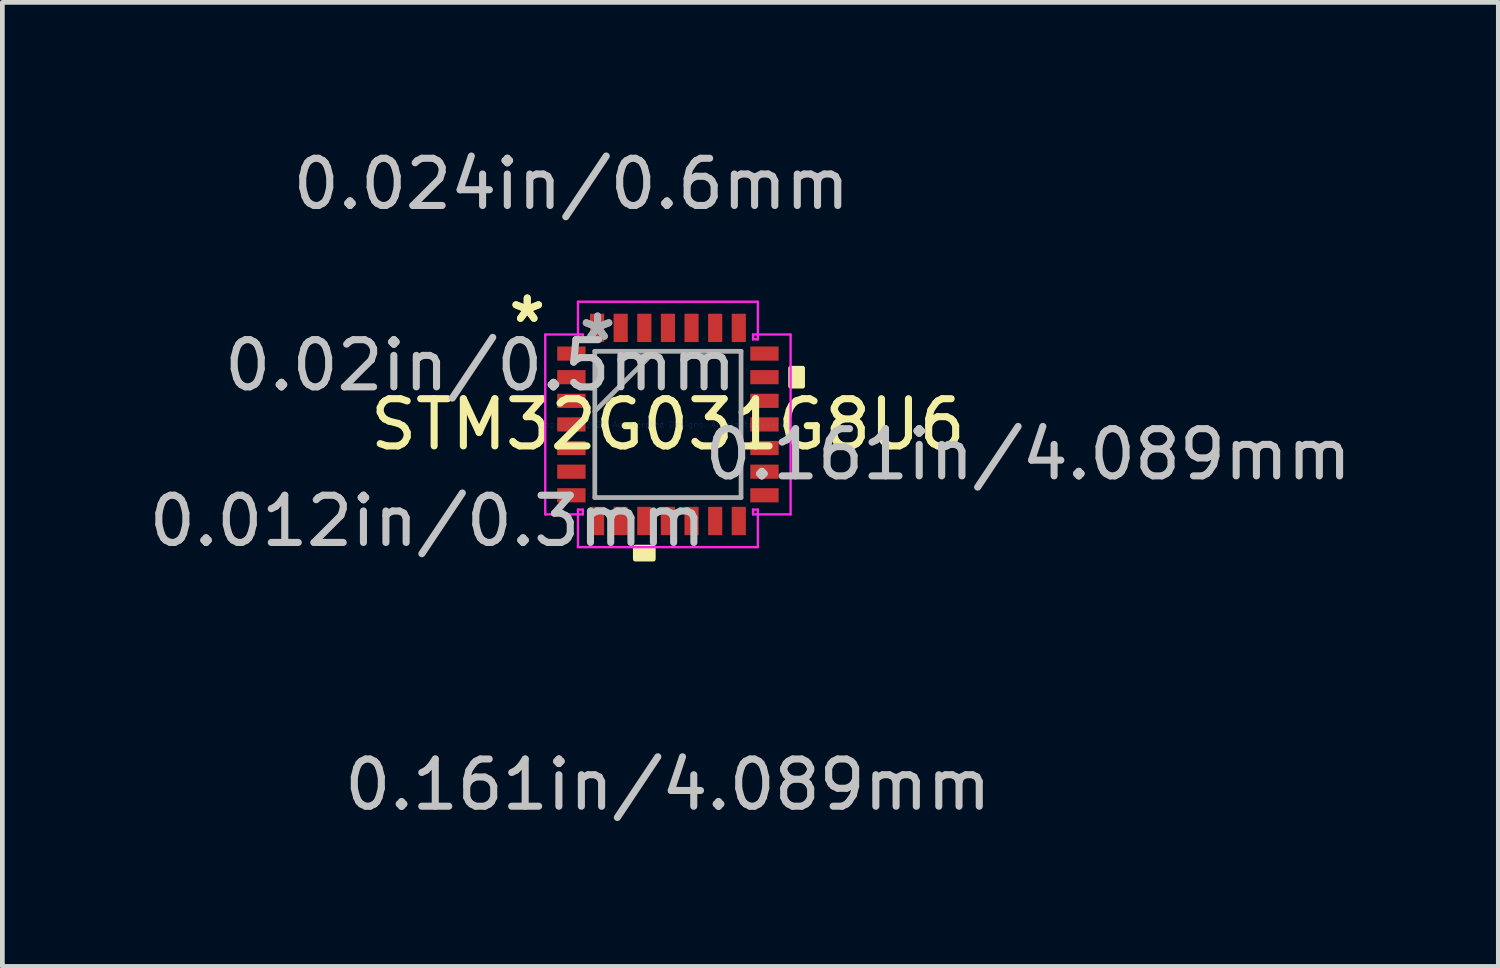
<source format=kicad_pcb>
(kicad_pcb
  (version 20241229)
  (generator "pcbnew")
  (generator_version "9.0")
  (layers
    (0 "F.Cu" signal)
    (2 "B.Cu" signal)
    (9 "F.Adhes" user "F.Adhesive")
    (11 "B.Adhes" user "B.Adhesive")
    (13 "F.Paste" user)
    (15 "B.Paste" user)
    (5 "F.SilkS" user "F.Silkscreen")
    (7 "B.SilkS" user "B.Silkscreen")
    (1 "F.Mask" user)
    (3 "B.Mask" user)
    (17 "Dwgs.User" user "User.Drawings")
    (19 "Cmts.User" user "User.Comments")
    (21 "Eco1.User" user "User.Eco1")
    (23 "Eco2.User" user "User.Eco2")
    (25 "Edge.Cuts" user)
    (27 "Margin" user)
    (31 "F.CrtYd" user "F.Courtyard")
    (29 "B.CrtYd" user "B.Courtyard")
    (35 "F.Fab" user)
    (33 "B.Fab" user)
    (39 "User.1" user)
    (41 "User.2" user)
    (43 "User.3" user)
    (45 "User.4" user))
  (footprint "STM32G031G8U6"
    (layer "F.Cu")
    (at 11.099 5.941)
    (property "Reference" "STM32G031G8U6" (at 0 0 0) (layer "F.SilkS") (effects (font (size 1 1) (thickness 0.15))))
    (attr through_hole)
    (fp_poly (pts (xy -2.345 -1.651) (xy -2.345 -1.351) (xy -1.745 -1.351) (xy -1.745 -1.651)) (stroke (width 0.1) (type solid)) (fill yes) (layer "F.Mask"))
    (fp_poly (pts (xy -2.345 -1.151) (xy -2.345 -0.851) (xy -1.745 -0.851) (xy -1.745 -1.151)) (stroke (width 0.1) (type solid)) (fill yes) (layer "F.Mask"))
    (fp_poly (pts (xy -2.345 -0.65) (xy -2.345 -0.35) (xy -1.745 -0.35) (xy -1.745 -0.65)) (stroke (width 0.1) (type solid)) (fill yes) (layer "F.Mask"))
    (fp_poly (pts (xy -2.345 -0.15) (xy -2.345 0.15) (xy -1.745 0.15) (xy -1.745 -0.15)) (stroke (width 0.1) (type solid)) (fill yes) (layer "F.Mask"))
    (fp_poly (pts (xy -2.345 0.35) (xy -2.345 0.65) (xy -1.745 0.65) (xy -1.745 0.35)) (stroke (width 0.1) (type solid)) (fill yes) (layer "F.Mask"))
    (fp_poly (pts (xy -2.345 0.851) (xy -2.345 1.151) (xy -1.745 1.151) (xy -1.745 0.851)) (stroke (width 0.1) (type solid)) (fill yes) (layer "F.Mask"))
    (fp_poly (pts (xy -2.345 1.351) (xy -2.345 1.651) (xy -1.745 1.651) (xy -1.745 1.351)) (stroke (width 0.1) (type solid)) (fill yes) (layer "F.Mask"))
    (fp_poly (pts (xy -1.651 -2.345) (xy -1.651 -1.745) (xy -1.351 -1.745) (xy -1.351 -2.345)) (stroke (width 0.1) (type solid)) (fill yes) (layer "F.Mask"))
    (fp_poly (pts (xy -1.651 1.745) (xy -1.651 2.345) (xy -1.351 2.345) (xy -1.351 1.745)) (stroke (width 0.1) (type solid)) (fill yes) (layer "F.Mask"))
    (fp_poly (pts (xy -1.151 -2.345) (xy -1.151 -1.745) (xy -0.851 -1.745) (xy -0.851 -2.345)) (stroke (width 0.1) (type solid)) (fill yes) (layer "F.Mask"))
    (fp_poly (pts (xy -1.151 1.745) (xy -1.151 2.345) (xy -0.851 2.345) (xy -0.851 1.745)) (stroke (width 0.1) (type solid)) (fill yes) (layer "F.Mask"))
    (fp_poly (pts (xy -0.65 -2.345) (xy -0.65 -1.745) (xy -0.35 -1.745) (xy -0.35 -2.345)) (stroke (width 0.1) (type solid)) (fill yes) (layer "F.Mask"))
    (fp_poly (pts (xy -0.65 1.745) (xy -0.65 2.345) (xy -0.35 2.345) (xy -0.35 1.745)) (stroke (width 0.1) (type solid)) (fill yes) (layer "F.Mask"))
    (fp_poly (pts (xy -0.15 -2.345) (xy -0.15 -1.745) (xy 0.15 -1.745) (xy 0.15 -2.345)) (stroke (width 0.1) (type solid)) (fill yes) (layer "F.Mask"))
    (fp_poly (pts (xy -0.15 1.745) (xy -0.15 2.345) (xy 0.15 2.345) (xy 0.15 1.745)) (stroke (width 0.1) (type solid)) (fill yes) (layer "F.Mask"))
    (fp_poly (pts (xy 0.35 -2.345) (xy 0.35 -1.745) (xy 0.65 -1.745) (xy 0.65 -2.345)) (stroke (width 0.1) (type solid)) (fill yes) (layer "F.Mask"))
    (fp_poly (pts (xy 0.35 1.745) (xy 0.35 2.345) (xy 0.65 2.345) (xy 0.65 1.745)) (stroke (width 0.1) (type solid)) (fill yes) (layer "F.Mask"))
    (fp_poly (pts (xy 0.851 -2.345) (xy 0.851 -1.745) (xy 1.151 -1.745) (xy 1.151 -2.345)) (stroke (width 0.1) (type solid)) (fill yes) (layer "F.Mask"))
    (fp_poly (pts (xy 0.851 1.745) (xy 0.851 2.345) (xy 1.151 2.345) (xy 1.151 1.745)) (stroke (width 0.1) (type solid)) (fill yes) (layer "F.Mask"))
    (fp_poly (pts (xy 1.351 -2.345) (xy 1.351 -1.745) (xy 1.651 -1.745) (xy 1.651 -2.345)) (stroke (width 0.1) (type solid)) (fill yes) (layer "F.Mask"))
    (fp_poly (pts (xy 1.351 1.745) (xy 1.351 2.345) (xy 1.651 2.345) (xy 1.651 1.745)) (stroke (width 0.1) (type solid)) (fill yes) (layer "F.Mask"))
    (fp_poly (pts (xy 1.745 -1.651) (xy 1.745 -1.351) (xy 2.345 -1.351) (xy 2.345 -1.651)) (stroke (width 0.1) (type solid)) (fill yes) (layer "F.Mask"))
    (fp_poly (pts (xy 1.745 -1.151) (xy 1.745 -0.851) (xy 2.345 -0.851) (xy 2.345 -1.151)) (stroke (width 0.1) (type solid)) (fill yes) (layer "F.Mask"))
    (fp_poly (pts (xy 1.745 -0.65) (xy 1.745 -0.35) (xy 2.345 -0.35) (xy 2.345 -0.65)) (stroke (width 0.1) (type solid)) (fill yes) (layer "F.Mask"))
    (fp_poly (pts (xy 1.745 -0.15) (xy 1.745 0.15) (xy 2.345 0.15) (xy 2.345 -0.15)) (stroke (width 0.1) (type solid)) (fill yes) (layer "F.Mask"))
    (fp_poly (pts (xy 1.745 0.35) (xy 1.745 0.65) (xy 2.345 0.65) (xy 2.345 0.35)) (stroke (width 0.1) (type solid)) (fill yes) (layer "F.Mask"))
    (fp_poly (pts (xy 1.745 0.851) (xy 1.745 1.151) (xy 2.345 1.151) (xy 2.345 0.851)) (stroke (width 0.1) (type solid)) (fill yes) (layer "F.Mask"))
    (fp_poly (pts (xy 1.745 1.351) (xy 1.745 1.651) (xy 2.345 1.651) (xy 2.345 1.351)) (stroke (width 0.1) (type solid)) (fill yes) (layer "F.Mask"))
    (fp_poly (pts (xy -0.691 2.599) (xy -0.691 2.853) (xy -0.31 2.853) (xy -0.31 2.599)) (stroke (width 0.1) (type solid)) (fill yes) (layer "F.SilkS"))
    (fp_poly (pts (xy 2.853 -1.191) (xy 2.853 -0.81) (xy 2.599 -0.81) (xy 2.599 -1.191)) (stroke (width 0.1) (type solid)) (fill yes) (layer "F.SilkS"))
    (fp_poly (pts (xy -2.345 -1.651) (xy -2.345 -1.351) (xy -1.745 -1.351) (xy -1.745 -1.651)) (stroke (width 0.1) (type solid)) (fill yes) (layer "F.Paste"))
    (fp_poly (pts (xy -2.345 -1.151) (xy -2.345 -0.851) (xy -1.745 -0.851) (xy -1.745 -1.151)) (stroke (width 0.1) (type solid)) (fill yes) (layer "F.Paste"))
    (fp_poly (pts (xy -2.345 -0.65) (xy -2.345 -0.35) (xy -1.745 -0.35) (xy -1.745 -0.65)) (stroke (width 0.1) (type solid)) (fill yes) (layer "F.Paste"))
    (fp_poly (pts (xy -2.345 -0.15) (xy -2.345 0.15) (xy -1.745 0.15) (xy -1.745 -0.15)) (stroke (width 0.1) (type solid)) (fill yes) (layer "F.Paste"))
    (fp_poly (pts (xy -2.345 0.35) (xy -2.345 0.65) (xy -1.745 0.65) (xy -1.745 0.35)) (stroke (width 0.1) (type solid)) (fill yes) (layer "F.Paste"))
    (fp_poly (pts (xy -2.345 0.851) (xy -2.345 1.151) (xy -1.745 1.151) (xy -1.745 0.851)) (stroke (width 0.1) (type solid)) (fill yes) (layer "F.Paste"))
    (fp_poly (pts (xy -2.345 1.351) (xy -2.345 1.651) (xy -1.745 1.651) (xy -1.745 1.351)) (stroke (width 0.1) (type solid)) (fill yes) (layer "F.Paste"))
    (fp_poly (pts (xy -1.651 -2.345) (xy -1.651 -1.745) (xy -1.351 -1.745) (xy -1.351 -2.345)) (stroke (width 0.1) (type solid)) (fill yes) (layer "F.Paste"))
    (fp_poly (pts (xy -1.651 1.745) (xy -1.651 2.345) (xy -1.351 2.345) (xy -1.351 1.745)) (stroke (width 0.1) (type solid)) (fill yes) (layer "F.Paste"))
    (fp_poly (pts (xy -1.625 -1.625) (xy -1.625 -0.1) (xy -0.1 -0.1) (xy -0.1 -1.625)) (stroke (width 0.1) (type solid)) (fill yes) (layer "F.Paste"))
    (fp_poly (pts (xy -1.625 -1.625) (xy -1.625 -0.1) (xy -0.1 -0.1) (xy -0.1 -1.625)) (stroke (width 0.1) (type solid)) (fill yes) (layer "F.Paste"))
    (fp_poly (pts (xy -1.625 0.1) (xy -1.625 1.625) (xy -0.1 1.625) (xy -0.1 0.1)) (stroke (width 0.1) (type solid)) (fill yes) (layer "F.Paste"))
    (fp_poly (pts (xy -1.625 0.1) (xy -1.625 1.625) (xy -0.1 1.625) (xy -0.1 0.1)) (stroke (width 0.1) (type solid)) (fill yes) (layer "F.Paste"))
    (fp_poly (pts (xy -1.151 -2.345) (xy -1.151 -1.745) (xy -0.851 -1.745) (xy -0.851 -2.345)) (stroke (width 0.1) (type solid)) (fill yes) (layer "F.Paste"))
    (fp_poly (pts (xy -1.151 1.745) (xy -1.151 2.345) (xy -0.851 2.345) (xy -0.851 1.745)) (stroke (width 0.1) (type solid)) (fill yes) (layer "F.Paste"))
    (fp_poly (pts (xy -0.65 -2.345) (xy -0.65 -1.745) (xy -0.35 -1.745) (xy -0.35 -2.345)) (stroke (width 0.1) (type solid)) (fill yes) (layer "F.Paste"))
    (fp_poly (pts (xy -0.65 1.745) (xy -0.65 2.345) (xy -0.35 2.345) (xy -0.35 1.745)) (stroke (width 0.1) (type solid)) (fill yes) (layer "F.Paste"))
    (fp_poly (pts (xy -0.15 -2.345) (xy -0.15 -1.745) (xy 0.15 -1.745) (xy 0.15 -2.345)) (stroke (width 0.1) (type solid)) (fill yes) (layer "F.Paste"))
    (fp_poly (pts (xy -0.15 1.745) (xy -0.15 2.345) (xy 0.15 2.345) (xy 0.15 1.745)) (stroke (width 0.1) (type solid)) (fill yes) (layer "F.Paste"))
    (fp_poly (pts (xy 0.1 -1.625) (xy 0.1 -0.1) (xy 1.625 -0.1) (xy 1.625 -1.625)) (stroke (width 0.1) (type solid)) (fill yes) (layer "F.Paste"))
    (fp_poly (pts (xy 0.1 -1.625) (xy 0.1 -0.1) (xy 1.625 -0.1) (xy 1.625 -1.625)) (stroke (width 0.1) (type solid)) (fill yes) (layer "F.Paste"))
    (fp_poly (pts (xy 0.1 0.1) (xy 0.1 1.625) (xy 1.625 1.625) (xy 1.625 0.1)) (stroke (width 0.1) (type solid)) (fill yes) (layer "F.Paste"))
    (fp_poly (pts (xy 0.1 0.1) (xy 0.1 1.625) (xy 1.625 1.625) (xy 1.625 0.1)) (stroke (width 0.1) (type solid)) (fill yes) (layer "F.Paste"))
    (fp_poly (pts (xy 0.35 -2.345) (xy 0.35 -1.745) (xy 0.65 -1.745) (xy 0.65 -2.345)) (stroke (width 0.1) (type solid)) (fill yes) (layer "F.Paste"))
    (fp_poly (pts (xy 0.35 1.745) (xy 0.35 2.345) (xy 0.65 2.345) (xy 0.65 1.745)) (stroke (width 0.1) (type solid)) (fill yes) (layer "F.Paste"))
    (fp_poly (pts (xy 0.851 -2.345) (xy 0.851 -1.745) (xy 1.151 -1.745) (xy 1.151 -2.345)) (stroke (width 0.1) (type solid)) (fill yes) (layer "F.Paste"))
    (fp_poly (pts (xy 0.851 1.745) (xy 0.851 2.345) (xy 1.151 2.345) (xy 1.151 1.745)) (stroke (width 0.1) (type solid)) (fill yes) (layer "F.Paste"))
    (fp_poly (pts (xy 1.351 -2.345) (xy 1.351 -1.745) (xy 1.651 -1.745) (xy 1.651 -2.345)) (stroke (width 0.1) (type solid)) (fill yes) (layer "F.Paste"))
    (fp_poly (pts (xy 1.351 1.745) (xy 1.351 2.345) (xy 1.651 2.345) (xy 1.651 1.745)) (stroke (width 0.1) (type solid)) (fill yes) (layer "F.Paste"))
    (fp_poly (pts (xy 1.745 -1.651) (xy 1.745 -1.351) (xy 2.345 -1.351) (xy 2.345 -1.651)) (stroke (width 0.1) (type solid)) (fill yes) (layer "F.Paste"))
    (fp_poly (pts (xy 1.745 -1.151) (xy 1.745 -0.851) (xy 2.345 -0.851) (xy 2.345 -1.151)) (stroke (width 0.1) (type solid)) (fill yes) (layer "F.Paste"))
    (fp_poly (pts (xy 1.745 -0.65) (xy 1.745 -0.35) (xy 2.345 -0.35) (xy 2.345 -0.65)) (stroke (width 0.1) (type solid)) (fill yes) (layer "F.Paste"))
    (fp_poly (pts (xy 1.745 -0.15) (xy 1.745 0.15) (xy 2.345 0.15) (xy 2.345 -0.15)) (stroke (width 0.1) (type solid)) (fill yes) (layer "F.Paste"))
    (fp_poly (pts (xy 1.745 0.35) (xy 1.745 0.65) (xy 2.345 0.65) (xy 2.345 0.35)) (stroke (width 0.1) (type solid)) (fill yes) (layer "F.Paste"))
    (fp_poly (pts (xy 1.745 0.851) (xy 1.745 1.151) (xy 2.345 1.151) (xy 2.345 0.851)) (stroke (width 0.1) (type solid)) (fill yes) (layer "F.Paste"))
    (fp_poly (pts (xy 1.745 1.351) (xy 1.745 1.651) (xy 2.345 1.651) (xy 2.345 1.351)) (stroke (width 0.1) (type solid)) (fill yes) (layer "F.Paste"))
    (fp_line (start -2.599 -1.905) (end -1.803 -1.905) (stroke (width 0.05) (type solid)) (layer "F.CrtYd"))
    (fp_line (start -2.599 1.905) (end -2.599 -1.905) (stroke (width 0.05) (type solid)) (layer "F.CrtYd"))
    (fp_line (start -1.905 -2.599) (end 1.905 -2.599) (stroke (width 0.05) (type solid)) (layer "F.CrtYd"))
    (fp_line (start -1.905 -1.803) (end -1.905 -2.599) (stroke (width 0.05) (type solid)) (layer "F.CrtYd"))
    (fp_line (start -1.905 1.803) (end -1.803 1.803) (stroke (width 0.05) (type solid)) (layer "F.CrtYd"))
    (fp_line (start -1.905 2.599) (end -1.905 1.803) (stroke (width 0.05) (type solid)) (layer "F.CrtYd"))
    (fp_line (start -1.803 -1.905) (end -1.803 -1.803) (stroke (width 0.05) (type solid)) (layer "F.CrtYd"))
    (fp_line (start -1.803 -1.803) (end -1.905 -1.803) (stroke (width 0.05) (type solid)) (layer "F.CrtYd"))
    (fp_line (start -1.803 1.803) (end -1.803 1.905) (stroke (width 0.05) (type solid)) (layer "F.CrtYd"))
    (fp_line (start -1.803 1.905) (end -2.599 1.905) (stroke (width 0.05) (type solid)) (layer "F.CrtYd"))
    (fp_line (start 1.803 -1.905) (end 2.599 -1.905) (stroke (width 0.05) (type solid)) (layer "F.CrtYd"))
    (fp_line (start 1.803 -1.803) (end 1.803 -1.905) (stroke (width 0.05) (type solid)) (layer "F.CrtYd"))
    (fp_line (start 1.803 1.803) (end 1.905 1.803) (stroke (width 0.05) (type solid)) (layer "F.CrtYd"))
    (fp_line (start 1.803 1.905) (end 1.803 1.803) (stroke (width 0.05) (type solid)) (layer "F.CrtYd"))
    (fp_line (start 1.905 -2.599) (end 1.905 -1.803) (stroke (width 0.05) (type solid)) (layer "F.CrtYd"))
    (fp_line (start 1.905 -1.803) (end 1.803 -1.803) (stroke (width 0.05) (type solid)) (layer "F.CrtYd"))
    (fp_line (start 1.905 1.803) (end 1.905 2.599) (stroke (width 0.05) (type solid)) (layer "F.CrtYd"))
    (fp_line (start 1.905 2.599) (end -1.905 2.599) (stroke (width 0.05) (type solid)) (layer "F.CrtYd"))
    (fp_line (start 2.599 -1.905) (end 2.599 1.905) (stroke (width 0.05) (type solid)) (layer "F.CrtYd"))
    (fp_line (start 2.599 1.905) (end 1.803 1.905) (stroke (width 0.05) (type solid)) (layer "F.CrtYd"))
    (fp_line (start -1.549 -1.549) (end -1.549 1.549) (stroke (width 0.1) (type solid)) (layer "F.Fab"))
    (fp_line (start -1.549 -0.279) (end -0.279 -1.549) (stroke (width 0.1) (type solid)) (layer "F.Fab"))
    (fp_line (start -1.549 1.549) (end 1.549 1.549) (stroke (width 0.1) (type solid)) (layer "F.Fab"))
    (fp_line (start 1.549 -1.549) (end -1.549 -1.549) (stroke (width 0.1) (type solid)) (layer "F.Fab"))
    (fp_line (start 1.549 1.549) (end 1.549 -1.549) (stroke (width 0.1) (type solid)) (layer "F.Fab"))
    (fp_text user "*" (at -2.98 -2.132 0) (layer "F.SilkS") (effects (font (size 1 1) (thickness 0.15))))
    (fp_text user "*" (at -2.98 -2.132 0) (layer "F.SilkS") (effects (font (size 1 1) (thickness 0.15))))
    (fp_text user "0.012in/0.3mm" (at -5.093 2.045 0) (layer "Dwgs.User") (effects (font (size 1 1) (thickness 0.15))))
    (fp_text user "0.161in/4.089mm" (at 7.633 0.635 0) (layer "Dwgs.User") (effects (font (size 1 1) (thickness 0.15))))
    (fp_text user "0.024in/0.6mm" (at -2.045 -5.093 0) (layer "Dwgs.User") (effects (font (size 1 1) (thickness 0.15))))
    (fp_text user "0.02in/0.5mm" (at -3.973 -1.251 0) (layer "Dwgs.User") (effects (font (size 1 1) (thickness 0.15))))
    (fp_text user "0.161in/4.089mm" (at 0 7.633 0) (layer "Dwgs.User") (effects (font (size 1 1) (thickness 0.15))))
    (fp_text user "Copyright 2021 Accelerated Designs. All rights reserved." (at 0 0 0) (layer "Cmts.User") (effects (font (size 0.127 0.127) (thickness 0.002))))
    (fp_text user "*" (at -1.491 -1.751 0) (layer "F.Fab") (effects (font (size 1 1) (thickness 0.15))))
    (fp_text user "*" (at -1.491 -1.751 0) (layer "F.Fab") (effects (font (size 1 1) (thickness 0.15))))
    (pad "1" smd rect (at -2.045 -1.501 90) (size 0.3 0.6) (layers "F.Cu" "F.Mask" "F.Paste"))
    (pad "2" smd rect (at -2.045 -1.001 90) (size 0.3 0.6) (layers "F.Cu" "F.Mask" "F.Paste"))
    (pad "3" smd rect (at -2.045 -0.5 90) (size 0.3 0.6) (layers "F.Cu" "F.Mask" "F.Paste"))
    (pad "4" smd rect (at -2.045 0 90) (size 0.3 0.6) (layers "F.Cu" "F.Mask" "F.Paste"))
    (pad "5" smd rect (at -2.045 0.5 90) (size 0.3 0.6) (layers "F.Cu" "F.Mask" "F.Paste"))
    (pad "6" smd rect (at -2.045 1.001 90) (size 0.3 0.6) (layers "F.Cu" "F.Mask" "F.Paste"))
    (pad "7" smd rect (at -2.045 1.501 90) (size 0.3 0.6) (layers "F.Cu" "F.Mask" "F.Paste"))
    (pad "8" smd rect (at -1.501 2.045) (size 0.3 0.6) (layers "F.Cu" "F.Mask" "F.Paste"))
    (pad "9" smd rect (at -1.001 2.045) (size 0.3 0.6) (layers "F.Cu" "F.Mask" "F.Paste"))
    (pad "10" smd rect (at -0.5 2.045) (size 0.3 0.6) (layers "F.Cu" "F.Mask" "F.Paste"))
    (pad "11" smd rect (at 0 2.045) (size 0.3 0.6) (layers "F.Cu" "F.Mask" "F.Paste"))
    (pad "12" smd rect (at 0.5 2.045) (size 0.3 0.6) (layers "F.Cu" "F.Mask" "F.Paste"))
    (pad "13" smd rect (at 1.001 2.045) (size 0.3 0.6) (layers "F.Cu" "F.Mask" "F.Paste"))
    (pad "14" smd rect (at 1.501 2.045) (size 0.3 0.6) (layers "F.Cu" "F.Mask" "F.Paste"))
    (pad "15" smd rect (at 2.045 1.501 90) (size 0.3 0.6) (layers "F.Cu" "F.Mask" "F.Paste"))
    (pad "16" smd rect (at 2.045 1.001 90) (size 0.3 0.6) (layers "F.Cu" "F.Mask" "F.Paste"))
    (pad "17" smd rect (at 2.045 0.5 90) (size 0.3 0.6) (layers "F.Cu" "F.Mask" "F.Paste"))
    (pad "18" smd rect (at 2.045 0 90) (size 0.3 0.6) (layers "F.Cu" "F.Mask" "F.Paste"))
    (pad "19" smd rect (at 2.045 -0.5 90) (size 0.3 0.6) (layers "F.Cu" "F.Mask" "F.Paste"))
    (pad "20" smd rect (at 2.045 -1.001 90) (size 0.3 0.6) (layers "F.Cu" "F.Mask" "F.Paste"))
    (pad "21" smd rect (at 2.045 -1.501 90) (size 0.3 0.6) (layers "F.Cu" "F.Mask" "F.Paste"))
    (pad "22" smd rect (at 1.501 -2.045) (size 0.3 0.6) (layers "F.Cu" "F.Mask" "F.Paste"))
    (pad "23" smd rect (at 1.001 -2.045) (size 0.3 0.6) (layers "F.Cu" "F.Mask" "F.Paste"))
    (pad "24" smd rect (at 0.5 -2.045) (size 0.3 0.6) (layers "F.Cu" "F.Mask" "F.Paste"))
    (pad "25" smd rect (at 0 -2.045) (size 0.3 0.6) (layers "F.Cu" "F.Mask" "F.Paste"))
    (pad "26" smd rect (at -0.5 -2.045) (size 0.3 0.6) (layers "F.Cu" "F.Mask" "F.Paste"))
    (pad "27" smd rect (at -1.001 -2.045) (size 0.3 0.6) (layers "F.Cu" "F.Mask" "F.Paste"))
    (pad "28" smd rect (at -1.501 -2.045) (size 0.3 0.6) (layers "F.Cu" "F.Mask" "F.Paste")))
  (gr_rect
    (start -3 -3)
    (end 28.69 17.422)
    (stroke (width 0.1) (type default))
    (fill no)
    (layer "Edge.Cuts")))
</source>
